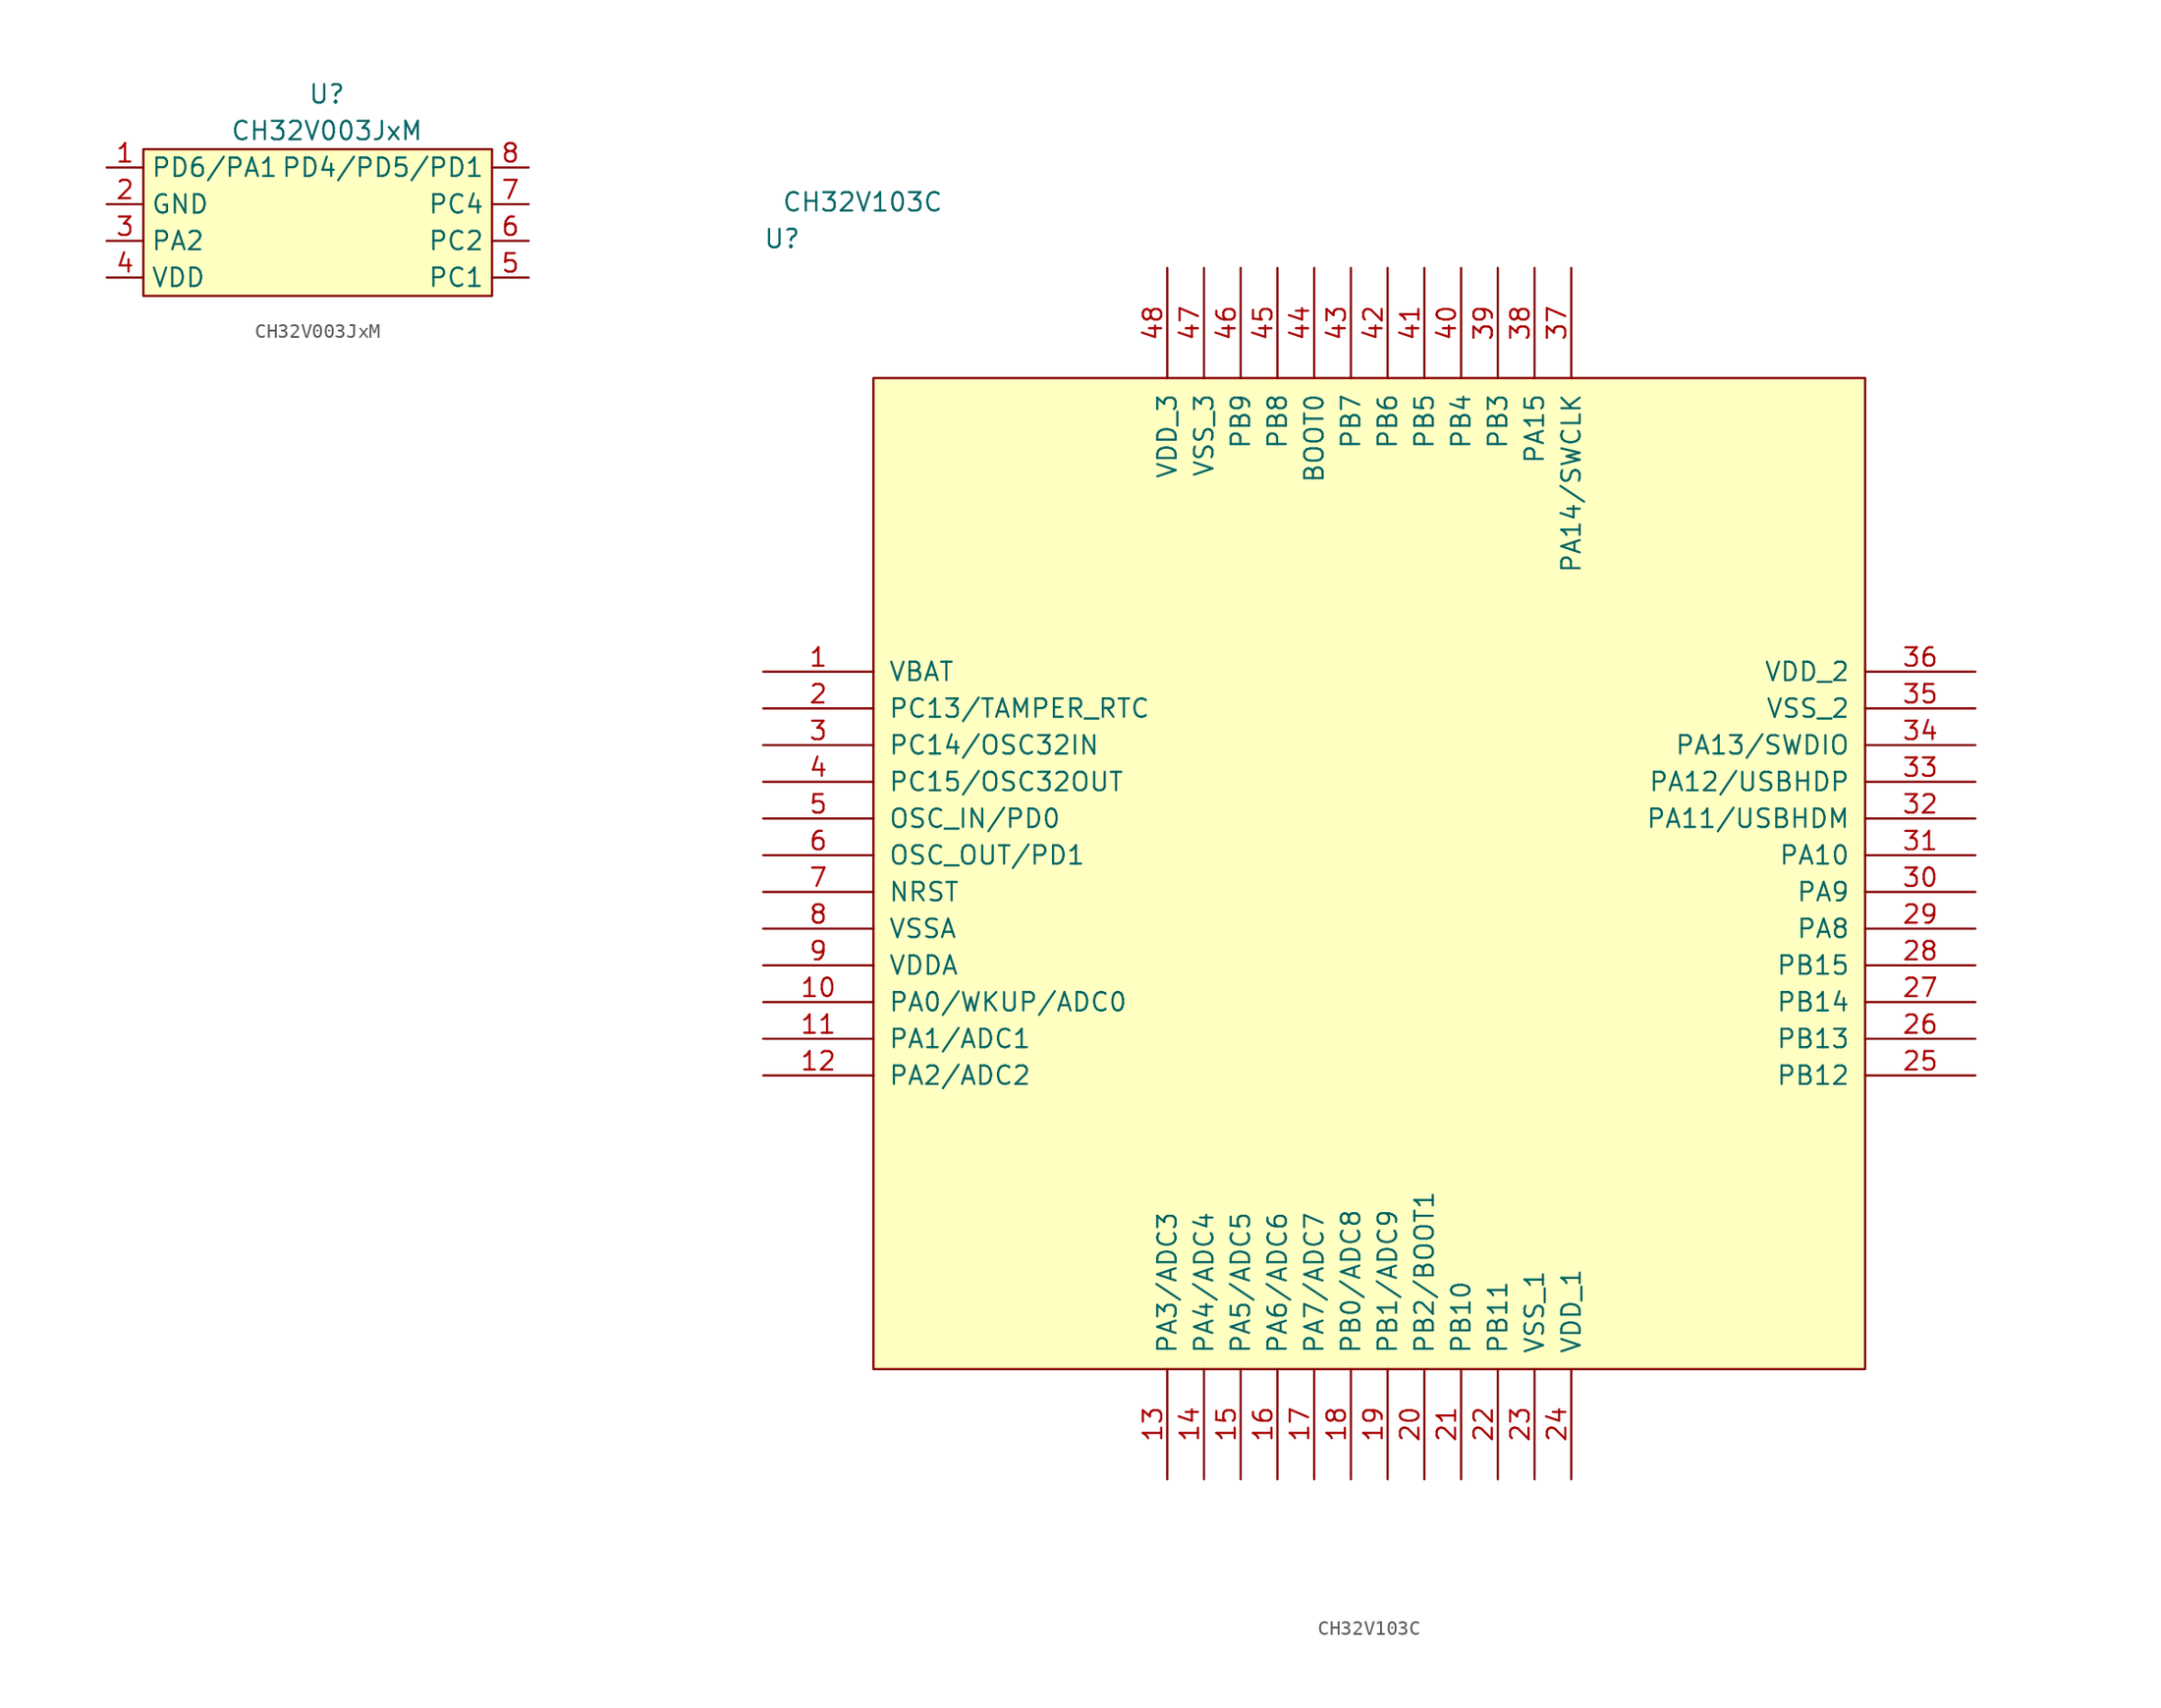
<source format=kicad_sym>
(kicad_symbol_lib
  (version 20211014)
  (generator kicad_symbol_editor)
  (symbol "CH32V003JxM"
    (property "Reference" "U"
      (at 0 8.89 0)
      (effects (font (size 1.27 1.27))))
    (property "Value" "CH32V003JxM"
      (at 0 6.35 0)
      (effects (font (size 1.27 1.27))))
    (symbol "CH32V003JxM_0_1"
      (rectangle (start -12.7 5.08) (end 11.43 -5.08) (stroke (width 0) (type default) (color 0 0 0 0)) (fill (type background))))
    (symbol "CH32V003JxM_1_1"
      (pin bidirectional line (at -15.24 3.81 0) (length 2.54) (name "PD6/PA1" (effects (font (size 1.27 1.27)))) (number "1" (effects (font (size 1.27 1.27)))))
      (pin power_in line (at -15.24 1.27 0) (length 2.54) (name "GND" (effects (font (size 1.27 1.27)))) (number "2" (effects (font (size 1.27 1.27)))))
      (pin bidirectional line (at -15.24 -1.27 0) (length 2.54) (name "PA2" (effects (font (size 1.27 1.27)))) (number "3" (effects (font (size 1.27 1.27)))))
      (pin power_in line (at -15.24 -3.81 0) (length 2.54) (name "VDD" (effects (font (size 1.27 1.27)))) (number "4" (effects (font (size 1.27 1.27)))))
      (pin bidirectional line (at 13.97 -3.81 180) (length 2.54) (name "PC1" (effects (font (size 1.27 1.27)))) (number "5" (effects (font (size 1.27 1.27)))))
      (pin bidirectional line (at 13.97 -1.27 180) (length 2.54) (name "PC2" (effects (font (size 1.27 1.27)))) (number "6" (effects (font (size 1.27 1.27)))))
      (pin bidirectional line (at 13.97 1.27 180) (length 2.54) (name "PC4" (effects (font (size 1.27 1.27)))) (number "7" (effects (font (size 1.27 1.27)))))
      (pin bidirectional line (at 13.97 3.81 180) (length 2.54) (name "PD4/PD5/PD1" (effects (font (size 1.27 1.27)))) (number "8" (effects (font (size 1.27 1.27)))))))
  (symbol "CH32V103C"
    (pin_names
      (offset 1.016))
    (property "Reference" "U"
      (at -7.62 8.89 0)
      (effects (font (size 1.27 1.27)) (justify left bottom)))
    (property "Value" "CH32V103C"
      (at -6.35 11.43 0)
      (effects (font (size 1.27 1.27)) (justify left bottom)))
    (symbol "CH32V103C_1_1"
      (rectangle (start 0 -68.58) (end 68.58 0) (stroke (width 0) (type default) (color 0 0 0 0)) (fill (type background)))
      (pin power_in line (at -7.62 -20.32 0) (length 7.62) (name "VBAT" (effects (font (size 1.27 1.27)))) (number "1" (effects (font (size 1.27 1.27)))))
      (pin bidirectional line (at -7.62 -43.18 0) (length 7.62) (name "PA0/WKUP/ADC0" (effects (font (size 1.27 1.27)))) (number "10" (effects (font (size 1.27 1.27)))))
      (pin bidirectional line (at -7.62 -45.72 0) (length 7.62) (name "PA1/ADC1" (effects (font (size 1.27 1.27)))) (number "11" (effects (font (size 1.27 1.27)))))
      (pin bidirectional line (at -7.62 -48.26 0) (length 7.62) (name "PA2/ADC2" (effects (font (size 1.27 1.27)))) (number "12" (effects (font (size 1.27 1.27)))))
      (pin bidirectional line (at 20.32 -76.2 90) (length 7.62) (name "PA3/ADC3" (effects (font (size 1.27 1.27)))) (number "13" (effects (font (size 1.27 1.27)))))
      (pin bidirectional line (at 22.86 -76.2 90) (length 7.62) (name "PA4/ADC4" (effects (font (size 1.27 1.27)))) (number "14" (effects (font (size 1.27 1.27)))))
      (pin bidirectional line (at 25.4 -76.2 90) (length 7.62) (name "PA5/ADC5" (effects (font (size 1.27 1.27)))) (number "15" (effects (font (size 1.27 1.27)))))
      (pin bidirectional line (at 27.94 -76.2 90) (length 7.62) (name "PA6/ADC6" (effects (font (size 1.27 1.27)))) (number "16" (effects (font (size 1.27 1.27)))))
      (pin bidirectional line (at 30.48 -76.2 90) (length 7.62) (name "PA7/ADC7" (effects (font (size 1.27 1.27)))) (number "17" (effects (font (size 1.27 1.27)))))
      (pin bidirectional line (at 33.02 -76.2 90) (length 7.62) (name "PB0/ADC8" (effects (font (size 1.27 1.27)))) (number "18" (effects (font (size 1.27 1.27)))))
      (pin bidirectional line (at 35.56 -76.2 90) (length 7.62) (name "PB1/ADC9" (effects (font (size 1.27 1.27)))) (number "19" (effects (font (size 1.27 1.27)))))
      (pin bidirectional line (at -7.62 -22.86 0) (length 7.62) (name "PC13/TAMPER_RTC" (effects (font (size 1.27 1.27)))) (number "2" (effects (font (size 1.27 1.27)))))
      (pin bidirectional line (at 38.1 -76.2 90) (length 7.62) (name "PB2/BOOT1" (effects (font (size 1.27 1.27)))) (number "20" (effects (font (size 1.27 1.27)))))
      (pin bidirectional line (at 40.64 -76.2 90) (length 7.62) (name "PB10" (effects (font (size 1.27 1.27)))) (number "21" (effects (font (size 1.27 1.27)))))
      (pin bidirectional line (at 43.18 -76.2 90) (length 7.62) (name "PB11" (effects (font (size 1.27 1.27)))) (number "22" (effects (font (size 1.27 1.27)))))
      (pin passive line (at 45.72 -76.2 90) (length 7.62) (name "VSS_1" (effects (font (size 1.27 1.27)))) (number "23" (effects (font (size 1.27 1.27)))))
      (pin passive line (at 48.26 -76.2 90) (length 7.62) (name "VDD_1" (effects (font (size 1.27 1.27)))) (number "24" (effects (font (size 1.27 1.27)))))
      (pin bidirectional line (at 76.2 -48.26 180) (length 7.62) (name "PB12" (effects (font (size 1.27 1.27)))) (number "25" (effects (font (size 1.27 1.27)))))
      (pin bidirectional line (at 76.2 -45.72 180) (length 7.62) (name "PB13" (effects (font (size 1.27 1.27)))) (number "26" (effects (font (size 1.27 1.27)))))
      (pin bidirectional line (at 76.2 -43.18 180) (length 7.62) (name "PB14" (effects (font (size 1.27 1.27)))) (number "27" (effects (font (size 1.27 1.27)))))
      (pin bidirectional line (at 76.2 -40.64 180) (length 7.62) (name "PB15" (effects (font (size 1.27 1.27)))) (number "28" (effects (font (size 1.27 1.27)))))
      (pin bidirectional line (at 76.2 -38.1 180) (length 7.62) (name "PA8" (effects (font (size 1.27 1.27)))) (number "29" (effects (font (size 1.27 1.27)))))
      (pin bidirectional line (at -7.62 -25.4 0) (length 7.62) (name "PC14/OSC32IN" (effects (font (size 1.27 1.27)))) (number "3" (effects (font (size 1.27 1.27)))))
      (pin bidirectional line (at 76.2 -35.56 180) (length 7.62) (name "PA9" (effects (font (size 1.27 1.27)))) (number "30" (effects (font (size 1.27 1.27)))))
      (pin bidirectional line (at 76.2 -33.02 180) (length 7.62) (name "PA10" (effects (font (size 1.27 1.27)))) (number "31" (effects (font (size 1.27 1.27)))))
      (pin bidirectional line (at 76.2 -30.48 180) (length 7.62) (name "PA11/USBHDM" (effects (font (size 1.27 1.27)))) (number "32" (effects (font (size 1.27 1.27)))))
      (pin bidirectional line (at 76.2 -27.94 180) (length 7.62) (name "PA12/USBHDP" (effects (font (size 1.27 1.27)))) (number "33" (effects (font (size 1.27 1.27)))))
      (pin bidirectional line (at 76.2 -25.4 180) (length 7.62) (name "PA13/SWDIO" (effects (font (size 1.27 1.27)))) (number "34" (effects (font (size 1.27 1.27)))))
      (pin passive line (at 76.2 -22.86 180) (length 7.62) (name "VSS_2" (effects (font (size 1.27 1.27)))) (number "35" (effects (font (size 1.27 1.27)))))
      (pin passive line (at 76.2 -20.32 180) (length 7.62) (name "VDD_2" (effects (font (size 1.27 1.27)))) (number "36" (effects (font (size 1.27 1.27)))))
      (pin bidirectional line (at 48.26 7.62 270) (length 7.62) (name "PA14/SWCLK" (effects (font (size 1.27 1.27)))) (number "37" (effects (font (size 1.27 1.27)))))
      (pin bidirectional line (at 45.72 7.62 270) (length 7.62) (name "PA15" (effects (font (size 1.27 1.27)))) (number "38" (effects (font (size 1.27 1.27)))))
      (pin bidirectional line (at 43.18 7.62 270) (length 7.62) (name "PB3" (effects (font (size 1.27 1.27)))) (number "39" (effects (font (size 1.27 1.27)))))
      (pin bidirectional line (at -7.62 -27.94 0) (length 7.62) (name "PC15/OSC32OUT" (effects (font (size 1.27 1.27)))) (number "4" (effects (font (size 1.27 1.27)))))
      (pin bidirectional line (at 40.64 7.62 270) (length 7.62) (name "PB4" (effects (font (size 1.27 1.27)))) (number "40" (effects (font (size 1.27 1.27)))))
      (pin bidirectional line (at 38.1 7.62 270) (length 7.62) (name "PB5" (effects (font (size 1.27 1.27)))) (number "41" (effects (font (size 1.27 1.27)))))
      (pin bidirectional line (at 35.56 7.62 270) (length 7.62) (name "PB6" (effects (font (size 1.27 1.27)))) (number "42" (effects (font (size 1.27 1.27)))))
      (pin bidirectional line (at 33.02 7.62 270) (length 7.62) (name "PB7" (effects (font (size 1.27 1.27)))) (number "43" (effects (font (size 1.27 1.27)))))
      (pin input line (at 30.48 7.62 270) (length 7.62) (name "BOOT0" (effects (font (size 1.27 1.27)))) (number "44" (effects (font (size 1.27 1.27)))))
      (pin bidirectional line (at 27.94 7.62 270) (length 7.62) (name "PB8" (effects (font (size 1.27 1.27)))) (number "45" (effects (font (size 1.27 1.27)))))
      (pin bidirectional line (at 25.4 7.62 270) (length 7.62) (name "PB9" (effects (font (size 1.27 1.27)))) (number "46" (effects (font (size 1.27 1.27)))))
      (pin passive line (at 22.86 7.62 270) (length 7.62) (name "VSS_3" (effects (font (size 1.27 1.27)))) (number "47" (effects (font (size 1.27 1.27)))))
      (pin passive line (at 20.32 7.62 270) (length 7.62) (name "VDD_3" (effects (font (size 1.27 1.27)))) (number "48" (effects (font (size 1.27 1.27)))))
      (pin input line (at -7.62 -30.48 0) (length 7.62) (name "OSC_IN/PD0" (effects (font (size 1.27 1.27)))) (number "5" (effects (font (size 1.27 1.27)))))
      (pin output line (at -7.62 -33.02 0) (length 7.62) (name "OSC_OUT/PD1" (effects (font (size 1.27 1.27)))) (number "6" (effects (font (size 1.27 1.27)))))
      (pin input line (at -7.62 -35.56 0) (length 7.62) (name "NRST" (effects (font (size 1.27 1.27)))) (number "7" (effects (font (size 1.27 1.27)))))
      (pin passive line (at -7.62 -38.1 0) (length 7.62) (name "VSSA" (effects (font (size 1.27 1.27)))) (number "8" (effects (font (size 1.27 1.27)))))
      (pin passive line (at -7.62 -40.64 0) (length 7.62) (name "VDDA" (effects (font (size 1.27 1.27)))) (number "9" (effects (font (size 1.27 1.27))))))))
</source>
